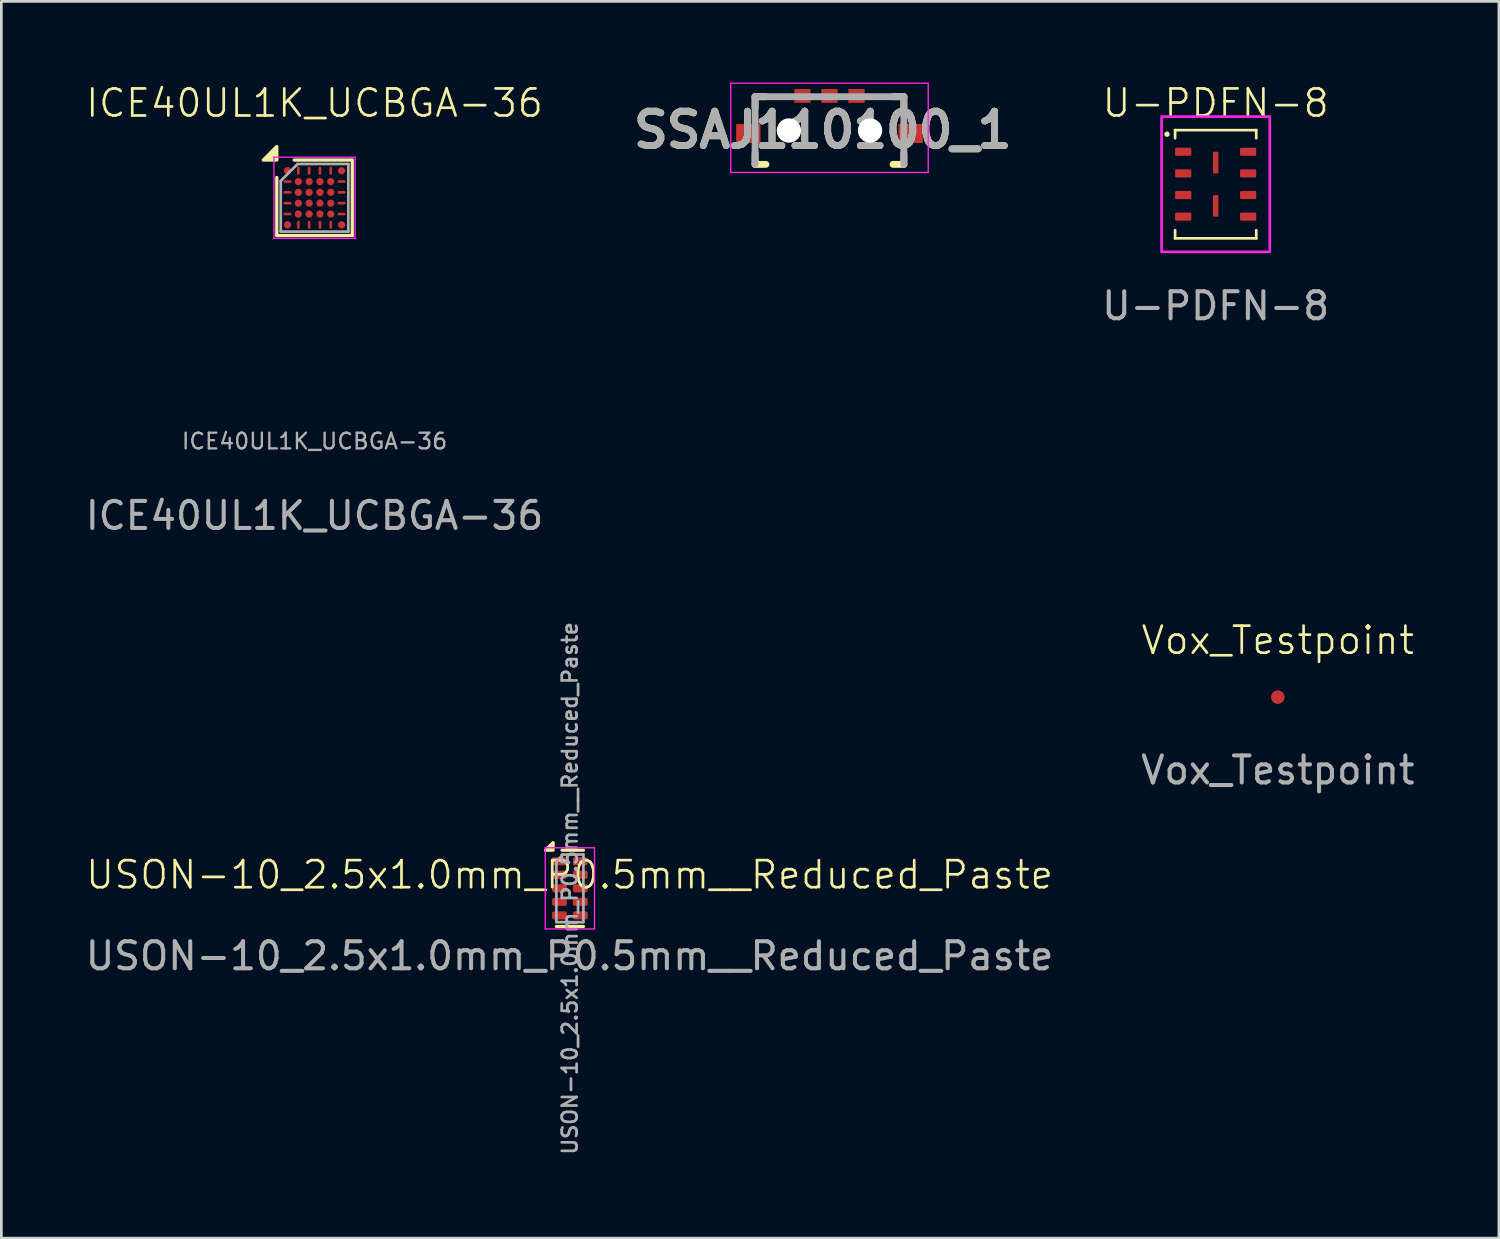
<source format=kicad_pcb>
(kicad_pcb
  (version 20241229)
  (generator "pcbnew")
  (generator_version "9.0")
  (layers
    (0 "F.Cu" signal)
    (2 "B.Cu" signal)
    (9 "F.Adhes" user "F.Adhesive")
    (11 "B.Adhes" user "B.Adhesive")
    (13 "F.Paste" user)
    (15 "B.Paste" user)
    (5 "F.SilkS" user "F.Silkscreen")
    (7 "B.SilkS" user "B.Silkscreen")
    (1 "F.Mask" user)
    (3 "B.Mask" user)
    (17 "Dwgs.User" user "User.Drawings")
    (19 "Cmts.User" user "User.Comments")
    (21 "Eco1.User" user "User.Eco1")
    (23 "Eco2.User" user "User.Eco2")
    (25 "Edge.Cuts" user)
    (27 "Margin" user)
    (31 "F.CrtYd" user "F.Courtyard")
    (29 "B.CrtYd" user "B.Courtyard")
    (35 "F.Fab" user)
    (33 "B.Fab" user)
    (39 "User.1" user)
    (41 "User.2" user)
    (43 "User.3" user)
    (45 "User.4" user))
  (footprint "USON-10_2.5x1.0mm_P0.5mm__Reduced_Paste"
    (layer "F.Cu")
    (at 18.006 29.788)
    (property "Reference" "USON-10_2.5x1.0mm_P0.5mm__Reduced_Paste" (at 0 -0.5 0) (unlocked yes) (layer "F.SilkS") (effects (font (size 1 1) (thickness 0.1))))
    (attr smd)
    (fp_line (start 0.51 -1.41) (end -0.28 -1.41) (stroke (width 0.12) (type solid)) (layer "F.SilkS"))
    (fp_line (start 0.51 1.41) (end -0.49 1.41) (stroke (width 0.12) (type solid)) (layer "F.SilkS"))
    (fp_poly (pts (xy -0.61 -1.41) (xy -0.89 -1.41) (xy -0.61 -1.69) (xy -0.61 -1.41)) (stroke (width 0.12) (type solid)) (fill yes) (layer "F.SilkS"))
    (fp_rect (start -0.6 -1.1) (end -0.15 -0.9) (stroke (width 0.01) (type solid)) (fill yes) (layer "F.Paste"))
    (fp_rect (start -0.6 -0.6) (end -0.15 -0.4) (stroke (width 0.01) (type solid)) (fill yes) (layer "F.Paste"))
    (fp_rect (start -0.6 -0.1) (end -0.15 0.1) (stroke (width 0.01) (type solid)) (fill yes) (layer "F.Paste"))
    (fp_rect (start -0.6 0.4) (end -0.15 0.6) (stroke (width 0.01) (type solid)) (fill yes) (layer "F.Paste"))
    (fp_rect (start -0.6 0.9) (end -0.15 1.1) (stroke (width 0.01) (type solid)) (fill yes) (layer "F.Paste"))
    (fp_rect (start 0.175 -1.1) (end 0.625 -0.9) (stroke (width 0.01) (type solid)) (fill yes) (layer "F.Paste"))
    (fp_rect (start 0.175 -0.6) (end 0.625 -0.4) (stroke (width 0.01) (type solid)) (fill yes) (layer "F.Paste"))
    (fp_rect (start 0.175 -0.1) (end 0.625 0.1) (stroke (width 0.01) (type solid)) (fill yes) (layer "F.Paste"))
    (fp_rect (start 0.175 0.4) (end 0.625 0.6) (stroke (width 0.01) (type solid)) (fill yes) (layer "F.Paste"))
    (fp_rect (start 0.175 0.9) (end 0.625 1.1) (stroke (width 0.01) (type solid)) (fill yes) (layer "F.Paste"))
    (fp_line (start -0.9 -1.5) (end 0.92 -1.5) (stroke (width 0.05) (type solid)) (layer "F.CrtYd"))
    (fp_line (start -0.9 1.5) (end -0.9 -1.5) (stroke (width 0.05) (type solid)) (layer "F.CrtYd"))
    (fp_line (start 0.92 -1.5) (end 0.92 1.5) (stroke (width 0.05) (type solid)) (layer "F.CrtYd"))
    (fp_line (start 0.92 1.5) (end -0.9 1.5) (stroke (width 0.05) (type solid)) (layer "F.CrtYd"))
    (fp_line (start -0.49 -1) (end -0.49 1.25) (stroke (width 0.1) (type solid)) (layer "F.Fab"))
    (fp_line (start -0.49 1.25) (end 0.51 1.25) (stroke (width 0.1) (type solid)) (layer "F.Fab"))
    (fp_line (start -0.24 -1.25) (end -0.49 -1) (stroke (width 0.1) (type solid)) (layer "F.Fab"))
    (fp_line (start 0.51 -1.25) (end -0.24 -1.25) (stroke (width 0.1) (type solid)) (layer "F.Fab"))
    (fp_line (start 0.51 -1.25) (end 0.51 1.25) (stroke (width 0.1) (type solid)) (layer "F.Fab"))
    (fp_text user "${REFERENCE}" (at 0.01 0 90) (layer "F.Fab") (effects (font (size 0.55 0.55) (thickness 0.1))))
    (fp_text user "${REFERENCE}" (at 0 2.5 0) (unlocked yes) (layer "F.Fab") (effects (font (size 1 1) (thickness 0.15))))
    (pad "1" smd roundrect (at -0.375 -1 270) (size 0.3 0.55) (layers "F.Cu" "F.Mask") (roundrect_rratio 0.25))
    (pad "2" smd roundrect (at -0.375 -0.5 270) (size 0.3 0.55) (layers "F.Cu" "F.Mask") (roundrect_rratio 0.25))
    (pad "3" smd roundrect (at -0.375 0 270) (size 0.3 0.55) (layers "F.Cu" "F.Mask") (roundrect_rratio 0.25))
    (pad "4" smd roundrect (at -0.375 0.5 270) (size 0.3 0.55) (layers "F.Cu" "F.Mask") (roundrect_rratio 0.25))
    (pad "5" smd roundrect (at -0.375 1 270) (size 0.3 0.55) (layers "F.Cu" "F.Mask") (roundrect_rratio 0.25))
    (pad "6" smd roundrect (at 0.395 1 270) (size 0.3 0.55) (layers "F.Cu" "F.Mask") (roundrect_rratio 0.25))
    (pad "7" smd roundrect (at 0.395 0.5 270) (size 0.3 0.55) (layers "F.Cu" "F.Mask") (roundrect_rratio 0.25))
    (pad "8" smd roundrect (at 0.395 0 270) (size 0.3 0.55) (layers "F.Cu" "F.Mask") (roundrect_rratio 0.25))
    (pad "9" smd roundrect (at 0.395 -0.5 270) (size 0.3 0.55) (layers "F.Cu" "F.Mask") (roundrect_rratio 0.25))
    (pad "10" smd roundrect (at 0.395 -1 270) (size 0.3 0.55) (layers "F.Cu" "F.Mask") (roundrect_rratio 0.25)))
  (footprint "ICE40UL1K_UCBGA-36"
    (layer "F.Cu")
    (at 8.577 4.261)
    (property "Reference" "ICE40UL1K_UCBGA-36" (at 0 -3.5 0) (unlocked yes) (layer "F.SilkS") (effects (font (size 1 1) (thickness 0.1))))
    (attr smd)
    (fp_line (start -1.395 1.395) (end -1.395 -0.752) (stroke (width 0.12) (type solid)) (layer "F.SilkS"))
    (fp_line (start -0.752 -1.395) (end 1.395 -1.395) (stroke (width 0.12) (type solid)) (layer "F.SilkS"))
    (fp_line (start 1.395 -1.395) (end 1.395 1.395) (stroke (width 0.12) (type solid)) (layer "F.SilkS"))
    (fp_line (start 1.395 1.395) (end -1.395 1.395) (stroke (width 0.12) (type solid)) (layer "F.SilkS"))
    (fp_poly (pts (xy -1.395 -1.395) (xy -1.895 -1.395) (xy -1.395 -1.895)) (stroke (width 0.12) (type solid)) (fill yes) (layer "F.SilkS"))
    (fp_line (start -1.5 -1.5) (end -1.5 1.5) (stroke (width 0.05) (type solid)) (layer "F.CrtYd"))
    (fp_line (start -1.5 1.5) (end 1.5 1.5) (stroke (width 0.05) (type solid)) (layer "F.CrtYd"))
    (fp_line (start 1.5 -1.5) (end -1.5 -1.5) (stroke (width 0.05) (type solid)) (layer "F.CrtYd"))
    (fp_line (start 1.5 1.5) (end 1.5 -1.5) (stroke (width 0.05) (type solid)) (layer "F.CrtYd"))
    (fp_line (start -1.25 -0.625) (end -0.625 -1.25) (stroke (width 0.1) (type solid)) (layer "F.Fab"))
    (fp_line (start -1.25 1.25) (end -1.25 -0.625) (stroke (width 0.1) (type solid)) (layer "F.Fab"))
    (fp_line (start -0.625 -1.25) (end 1.25 -1.25) (stroke (width 0.1) (type solid)) (layer "F.Fab"))
    (fp_line (start 1.25 -1.25) (end 1.25 1.25) (stroke (width 0.1) (type solid)) (layer "F.Fab"))
    (fp_line (start 1.25 1.25) (end -1.25 1.25) (stroke (width 0.1) (type solid)) (layer "F.Fab"))
    (fp_text user "${REFERENCE}" (at 0 9 0) (layer "F.Fab") (effects (font (size 0.58 0.58) (thickness 0.087))))
    (fp_text user "${REFERENCE}" (at 0 11.75 0) (unlocked yes) (layer "F.Fab") (effects (font (size 1 1) (thickness 0.15))))
    (pad "A1" smd circle (at -1 -1) (size 0.27 0.27) (property pad_prop_bga) (layers "F.Cu" "F.Mask" "F.Paste"))
    (pad "A2" smd oval (at -0.6 -1) (size 0.1 0.3) (property pad_prop_bga) (layers "F.Cu" "F.Mask" "F.Paste"))
    (pad "A3" smd oval (at -0.2 -1) (size 0.1 0.3) (property pad_prop_bga) (layers "F.Cu" "F.Mask" "F.Paste"))
    (pad "A4" smd oval (at 0.2 -1) (size 0.1 0.3) (property pad_prop_bga) (layers "F.Cu" "F.Mask" "F.Paste"))
    (pad "A5" smd oval (at 0.6 -1) (size 0.1 0.3) (property pad_prop_bga) (layers "F.Cu" "F.Mask" "F.Paste"))
    (pad "A6" smd circle (at 1 -1) (size 0.27 0.27) (property pad_prop_bga) (layers "F.Cu" "F.Mask" "F.Paste"))
    (pad "B1" smd oval (at -1 -0.6 90) (size 0.1 0.3) (property pad_prop_bga) (layers "F.Cu" "F.Mask" "F.Paste"))
    (pad "B2" smd circle (at -0.6 -0.6) (size 0.27 0.27) (property pad_prop_bga) (layers "F.Cu" "F.Mask" "F.Paste"))
    (pad "B3" smd circle (at -0.2 -0.6) (size 0.27 0.27) (property pad_prop_bga) (layers "F.Cu" "F.Mask" "F.Paste"))
    (pad "B4" smd circle (at 0.2 -0.6) (size 0.27 0.27) (property pad_prop_bga) (layers "F.Cu" "F.Mask" "F.Paste"))
    (pad "B5" smd circle (at 0.6 -0.6) (size 0.27 0.27) (property pad_prop_bga) (layers "F.Cu" "F.Mask" "F.Paste"))
    (pad "B6" smd oval (at 1 -0.6 90) (size 0.1 0.3) (property pad_prop_bga) (layers "F.Cu" "F.Mask" "F.Paste"))
    (pad "C1" smd oval (at -1 -0.2 90) (size 0.1 0.3) (property pad_prop_bga) (layers "F.Cu" "F.Mask" "F.Paste"))
    (pad "C2" smd circle (at -0.6 -0.2) (size 0.27 0.27) (property pad_prop_bga) (layers "F.Cu" "F.Mask" "F.Paste"))
    (pad "C3" smd circle (at -0.2 -0.2) (size 0.27 0.27) (property pad_prop_bga) (layers "F.Cu" "F.Mask" "F.Paste"))
    (pad "C4" smd circle (at 0.2 -0.2) (size 0.27 0.27) (property pad_prop_bga) (layers "F.Cu" "F.Mask" "F.Paste"))
    (pad "C5" smd circle (at 0.6 -0.2) (size 0.27 0.27) (property pad_prop_bga) (layers "F.Cu" "F.Mask" "F.Paste"))
    (pad "C6" smd oval (at 1 -0.2 90) (size 0.1 0.3) (property pad_prop_bga) (layers "F.Cu" "F.Mask" "F.Paste"))
    (pad "D1" smd oval (at -1 0.2 90) (size 0.1 0.3) (property pad_prop_bga) (layers "F.Cu" "F.Mask" "F.Paste"))
    (pad "D2" smd circle (at -0.6 0.2) (size 0.27 0.27) (property pad_prop_bga) (layers "F.Cu" "F.Mask" "F.Paste"))
    (pad "D3" smd circle (at -0.2 0.2) (size 0.27 0.27) (property pad_prop_bga) (layers "F.Cu" "F.Mask" "F.Paste"))
    (pad "D4" smd circle (at 0.2 0.2) (size 0.27 0.27) (property pad_prop_bga) (layers "F.Cu" "F.Mask" "F.Paste"))
    (pad "D5" smd circle (at 0.6 0.2) (size 0.27 0.27) (property pad_prop_bga) (layers "F.Cu" "F.Mask" "F.Paste"))
    (pad "D6" smd oval (at 1 0.2 90) (size 0.1 0.3) (property pad_prop_bga) (layers "F.Cu" "F.Mask" "F.Paste"))
    (pad "E1" smd oval (at -1 0.6 90) (size 0.1 0.3) (property pad_prop_bga) (layers "F.Cu" "F.Mask" "F.Paste"))
    (pad "E2" smd circle (at -0.6 0.6) (size 0.27 0.27) (property pad_prop_bga) (layers "F.Cu" "F.Mask" "F.Paste"))
    (pad "E3" smd circle (at -0.2 0.6) (size 0.27 0.27) (property pad_prop_bga) (layers "F.Cu" "F.Mask" "F.Paste"))
    (pad "E4" smd circle (at 0.2 0.6) (size 0.27 0.27) (property pad_prop_bga) (layers "F.Cu" "F.Mask" "F.Paste"))
    (pad "E5" smd circle (at 0.6 0.6) (size 0.27 0.27) (property pad_prop_bga) (layers "F.Cu" "F.Mask" "F.Paste"))
    (pad "E6" smd oval (at 1 0.6 90) (size 0.1 0.3) (property pad_prop_bga) (layers "F.Cu" "F.Mask" "F.Paste"))
    (pad "F1" smd circle (at -1 1) (size 0.27 0.27) (property pad_prop_bga) (layers "F.Cu" "F.Mask" "F.Paste"))
    (pad "F2" smd oval (at -0.6 1) (size 0.1 0.3) (property pad_prop_bga) (layers "F.Cu" "F.Mask" "F.Paste"))
    (pad "F3" smd oval (at -0.2 1) (size 0.1 0.3) (property pad_prop_bga) (layers "F.Cu" "F.Mask" "F.Paste"))
    (pad "F4" smd oval (at 0.2 1) (size 0.1 0.3) (property pad_prop_bga) (layers "F.Cu" "F.Mask" "F.Paste"))
    (pad "F5" smd oval (at 0.6 1) (size 0.1 0.3) (property pad_prop_bga) (layers "F.Cu" "F.Mask" "F.Paste"))
    (pad "F6" smd circle (at 1 1) (size 0.27 0.27) (property pad_prop_bga) (layers "F.Cu" "F.Mask" "F.Paste")))
  (footprint "U-PDFN-8"
    (layer "F.Cu")
    (at 41.888 3.76)
    (property "Reference" "U-PDFN-8" (at 0 -3 0) (unlocked yes) (layer "F.SilkS") (effects (font (size 1 1) (thickness 0.1))))
    (attr smd)
    (fp_line (start -1.5 -2) (end 1.5 -2) (stroke (width 0.1) (type solid)) (layer "F.SilkS"))
    (fp_line (start -1.5 -1.7) (end -1.5 -2) (stroke (width 0.1) (type solid)) (layer "F.SilkS"))
    (fp_line (start -1.5 2) (end -1.5 1.7) (stroke (width 0.1) (type solid)) (layer "F.SilkS"))
    (fp_line (start -1.5 2) (end 1.5 2) (stroke (width 0.1) (type solid)) (layer "F.SilkS"))
    (fp_line (start 1.5 -2) (end 1.5 -1.7) (stroke (width 0.1) (type solid)) (layer "F.SilkS"))
    (fp_line (start 1.5 2) (end 1.5 1.7) (stroke (width 0.1) (type solid)) (layer "F.SilkS"))
    (fp_circle (center -1.8 -1.85) (end -1.8 -1.8) (stroke (width 0.1) (type default)) (fill no) (layer "F.SilkS"))
    (fp_rect (start -2 -2.5) (end 2 2.5) (stroke (width 0.1) (type solid)) (fill no) (layer "F.CrtYd"))
    (fp_text user "${REFERENCE}" (at 0 4.5 0) (unlocked yes) (layer "F.Fab") (effects (font (size 1 1) (thickness 0.15))))
    (pad "1" smd roundrect (at -1.2 -1.2) (size 0.6 0.3) (layers "F.Cu" "F.Mask" "F.Paste") (roundrect_rratio 0.15))
    (pad "2" smd roundrect (at -1.2 -0.4) (size 0.6 0.3) (layers "F.Cu" "F.Mask" "F.Paste") (roundrect_rratio 0.15))
    (pad "3" smd roundrect (at -1.2 0.4) (size 0.6 0.3) (layers "F.Cu" "F.Mask" "F.Paste") (roundrect_rratio 0.15))
    (pad "4" smd roundrect (at -1.2 1.2) (size 0.6 0.3) (layers "F.Cu" "F.Mask" "F.Paste") (roundrect_rratio 0.15))
    (pad "4" smd roundrect (at 0 -0.8 90) (size 0.8 0.2) (layers "F.Cu" "F.Mask" "F.Paste") (roundrect_rratio 0.15))
    (pad "4" smd roundrect (at 0 0.8 90) (size 0.8 0.2) (layers "F.Cu" "F.Mask" "F.Paste") (roundrect_rratio 0.15))
    (pad "5" smd roundrect (at 1.2 1.2) (size 0.6 0.3) (layers "F.Cu" "F.Mask" "F.Paste") (roundrect_rratio 0.15))
    (pad "6" smd roundrect (at 1.2 0.4) (size 0.6 0.3) (layers "F.Cu" "F.Mask" "F.Paste") (roundrect_rratio 0.15))
    (pad "7" smd roundrect (at 1.2 -0.4) (size 0.6 0.3) (layers "F.Cu" "F.Mask" "F.Paste") (roundrect_rratio 0.15))
    (pad "8" smd roundrect (at 1.2 -1.2) (size 0.6 0.3) (layers "F.Cu" "F.Mask" "F.Paste") (roundrect_rratio 0.15)))
  (footprint "SSAJ110100_1"
    (layer "F.Cu")
    (at 30.362 3.025)
    (property "Reference" "SSAJ110100_1" (at -2.999 -1.268 0) (layer "F.SilkS") (effects (font (size 1.27 1.27) (thickness 0.254))))
    (attr through_hole)
    (fp_line (start -5.5 -2.5) (end -5.5 -2.1) (stroke (width 0.254) (type solid)) (layer "F.SilkS"))
    (fp_line (start -5.5 -2.5) (end -5.1 -2.5) (stroke (width 0.254) (type solid)) (layer "F.SilkS"))
    (fp_line (start -5.5 0) (end -5.5 -0.4) (stroke (width 0.254) (type solid)) (layer "F.SilkS"))
    (fp_line (start -5.5 0) (end -5.1 0) (stroke (width 0.254) (type solid)) (layer "F.SilkS"))
    (fp_line (start -0.4 0) (end 0 0) (stroke (width 0.254) (type solid)) (layer "F.SilkS"))
    (fp_line (start 0 -2.5) (end -0.4 -2.5) (stroke (width 0.254) (type solid)) (layer "F.SilkS"))
    (fp_line (start 0 -2.5) (end 0 -2.1) (stroke (width 0.254) (type solid)) (layer "F.SilkS"))
    (fp_line (start 0 0) (end 0 -0.4) (stroke (width 0.254) (type solid)) (layer "F.SilkS"))
    (fp_line (start -6.4 -3) (end 0.9 -3) (stroke (width 0.05) (type default)) (layer "F.CrtYd"))
    (fp_line (start -6.4 -0.1) (end -6.4 -3) (stroke (width 0.05) (type default)) (layer "F.CrtYd"))
    (fp_line (start -6.4 0.3) (end -6.4 -0.1) (stroke (width 0.05) (type default)) (layer "F.CrtYd"))
    (fp_line (start 0.9 -3) (end 0.9 0.3) (stroke (width 0.05) (type default)) (layer "F.CrtYd"))
    (fp_line (start 0.9 0.3) (end -6.4 0.3) (stroke (width 0.05) (type default)) (layer "F.CrtYd"))
    (fp_line (start -5.5 -2.5) (end 0 -2.5) (stroke (width 0.254) (type solid)) (layer "F.Fab"))
    (fp_line (start -5.5 0) (end -5.5 -2.5) (stroke (width 0.254) (type solid)) (layer "F.Fab"))
    (fp_line (start 0 -2.5) (end 0 0) (stroke (width 0.254) (type solid)) (layer "F.Fab"))
    (fp_text user "${REFERENCE}" (at -2.999 -1.268 0) (layer "F.Fab") (effects (font (size 1.27 1.27) (thickness 0.254))))
    (pad "" np_thru_hole circle (at -4.25 -1.25) (size 0.9 0.9) (drill 0.9) (layers "*.Cu" "*.Mask"))
    (pad "" np_thru_hole circle (at -1.25 -1.25) (size 0.9 0.9) (drill 0.9) (layers "*.Cu" "*.Mask"))
    (pad "1" smd rect (at -3.75 -2.53 90) (size 0.51 0.6) (layers "F.Cu" "F.Mask" "F.Paste"))
    (pad "2" smd rect (at -2.75 -2.53 90) (size 0.51 0.6) (layers "F.Cu" "F.Mask" "F.Paste"))
    (pad "3" smd rect (at -1.75 -2.53 90) (size 0.51 0.6) (layers "F.Cu" "F.Mask" "F.Paste"))
    (pad "4" smd rect (at -5.75 -1.14 90) (size 0.7 0.9) (layers "F.Cu" "F.Mask" "F.Paste"))
    (pad "5" smd rect (at 0.25 -1.14 90) (size 0.7 0.9) (layers "F.Cu" "F.Mask" "F.Paste")))
  (footprint "Vox_Testpoint"
    (layer "F.Cu")
    (at 44.185 22.719)
    (property "Reference" "Vox_Testpoint" (at 0 -2.1 0) (unlocked yes) (layer "F.SilkS") (effects (font (size 1 1) (thickness 0.1))))
    (attr smd)
    (fp_text user "${REFERENCE}" (at 0 2.7 0) (unlocked yes) (layer "F.Fab") (effects (font (size 1 1) (thickness 0.15))))
    (pad "1" smd circle (at 0 0) (size 0.5 0.5) (layers "F.Cu" "F.Mask" "F.Paste")))
  (gr_rect
    (start -3 -3)
    (end 52.357 42.718)
    (stroke (width 0.1) (type default))
    (fill no)
    (layer "Edge.Cuts")))
</source>
